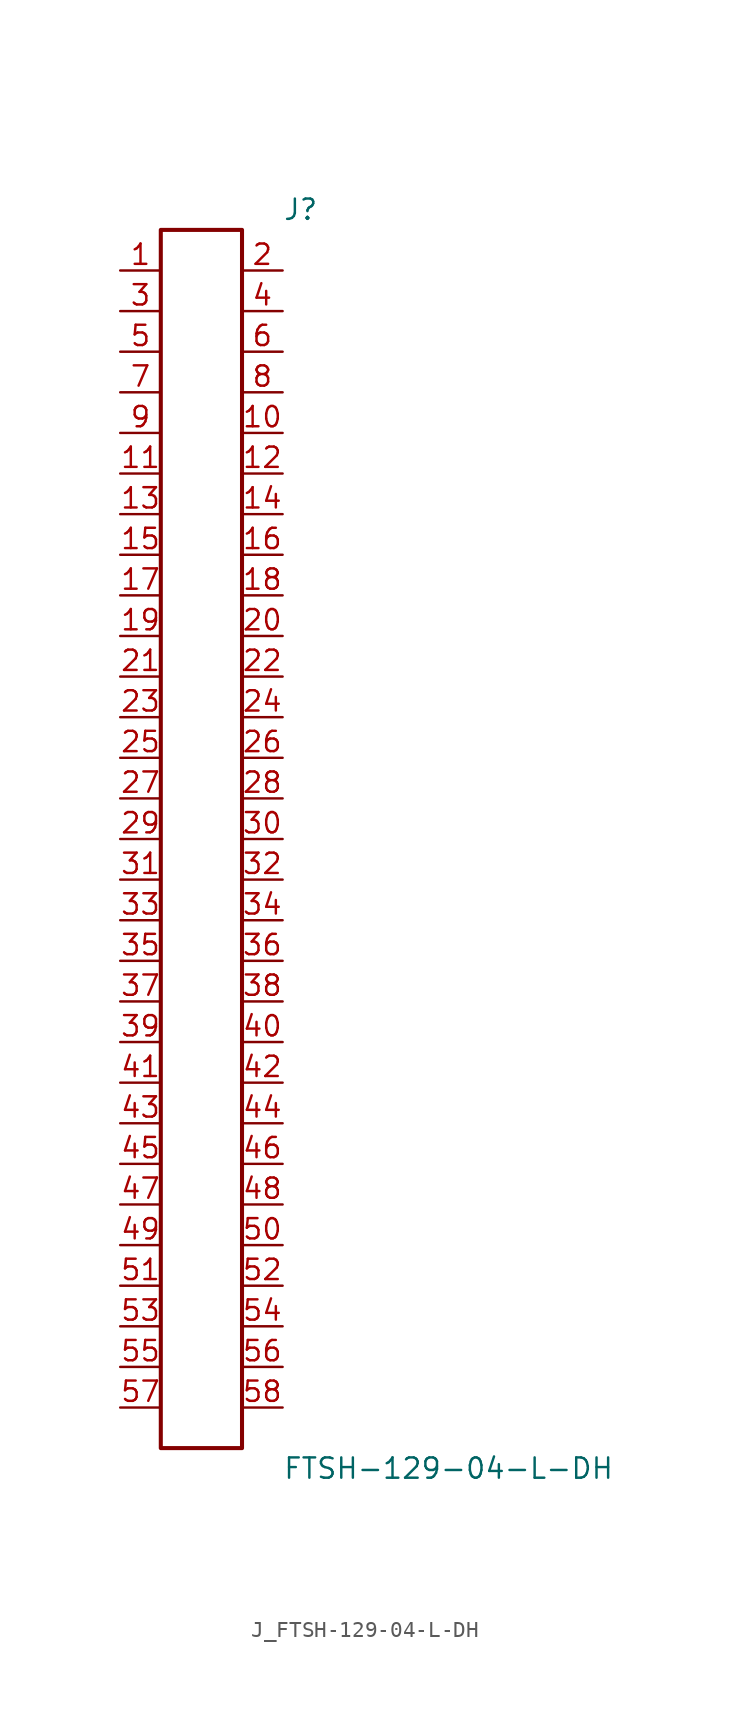
<source format=kicad_sym>
(kicad_symbol_lib
  (version 20231120)
  (generator kicad_symbol_editor)
  (generator_version 8.0)
  (symbol "J_FTSH-129-04-L-DH"
    (pin_names
      (offset 0.254))
    (property "Reference" "J"
      (at 5.08 39.37 0)
      (effects (font (size 1.27 1.27)) (justify left)))
    (property "Value" "FTSH-129-04-L-DH"
      (at 5.08 -39.37 0)
      (effects (font (size 1.27 1.27)) (justify left)))
    (symbol "J_FTSH-129-04-L-DH_0_0"
      (pin unspecified line (at -5.08 35.56 0) (length 2.54) (name "" (effects (font (size 1.27 1.27)))) (number "1" (effects (font (size 1.27 1.27)))))
      (pin unspecified line (at 5.08 35.56 180) (length 2.54) (name "" (effects (font (size 1.27 1.27)))) (number "2" (effects (font (size 1.27 1.27)))))
      (pin unspecified line (at -5.08 33.02 0) (length 2.54) (name "" (effects (font (size 1.27 1.27)))) (number "3" (effects (font (size 1.27 1.27)))))
      (pin unspecified line (at 5.08 33.02 180) (length 2.54) (name "" (effects (font (size 1.27 1.27)))) (number "4" (effects (font (size 1.27 1.27)))))
      (pin unspecified line (at -5.08 30.48 0) (length 2.54) (name "" (effects (font (size 1.27 1.27)))) (number "5" (effects (font (size 1.27 1.27)))))
      (pin unspecified line (at 5.08 30.48 180) (length 2.54) (name "" (effects (font (size 1.27 1.27)))) (number "6" (effects (font (size 1.27 1.27)))))
      (pin unspecified line (at -5.08 27.94 0) (length 2.54) (name "" (effects (font (size 1.27 1.27)))) (number "7" (effects (font (size 1.27 1.27)))))
      (pin unspecified line (at 5.08 27.94 180) (length 2.54) (name "" (effects (font (size 1.27 1.27)))) (number "8" (effects (font (size 1.27 1.27)))))
      (pin unspecified line (at -5.08 25.4 0) (length 2.54) (name "" (effects (font (size 1.27 1.27)))) (number "9" (effects (font (size 1.27 1.27)))))
      (pin unspecified line (at 5.08 25.4 180) (length 2.54) (name "" (effects (font (size 1.27 1.27)))) (number "10" (effects (font (size 1.27 1.27)))))
      (pin unspecified line (at -5.08 22.86 0) (length 2.54) (name "" (effects (font (size 1.27 1.27)))) (number "11" (effects (font (size 1.27 1.27)))))
      (pin unspecified line (at 5.08 22.86 180) (length 2.54) (name "" (effects (font (size 1.27 1.27)))) (number "12" (effects (font (size 1.27 1.27)))))
      (pin unspecified line (at -5.08 20.32 0) (length 2.54) (name "" (effects (font (size 1.27 1.27)))) (number "13" (effects (font (size 1.27 1.27)))))
      (pin unspecified line (at 5.08 20.32 180) (length 2.54) (name "" (effects (font (size 1.27 1.27)))) (number "14" (effects (font (size 1.27 1.27)))))
      (pin unspecified line (at -5.08 17.78 0) (length 2.54) (name "" (effects (font (size 1.27 1.27)))) (number "15" (effects (font (size 1.27 1.27)))))
      (pin unspecified line (at 5.08 17.78 180) (length 2.54) (name "" (effects (font (size 1.27 1.27)))) (number "16" (effects (font (size 1.27 1.27)))))
      (pin unspecified line (at -5.08 15.24 0) (length 2.54) (name "" (effects (font (size 1.27 1.27)))) (number "17" (effects (font (size 1.27 1.27)))))
      (pin unspecified line (at 5.08 15.24 180) (length 2.54) (name "" (effects (font (size 1.27 1.27)))) (number "18" (effects (font (size 1.27 1.27)))))
      (pin unspecified line (at -5.08 12.7 0) (length 2.54) (name "" (effects (font (size 1.27 1.27)))) (number "19" (effects (font (size 1.27 1.27)))))
      (pin unspecified line (at 5.08 12.7 180) (length 2.54) (name "" (effects (font (size 1.27 1.27)))) (number "20" (effects (font (size 1.27 1.27)))))
      (pin unspecified line (at -5.08 10.16 0) (length 2.54) (name "" (effects (font (size 1.27 1.27)))) (number "21" (effects (font (size 1.27 1.27)))))
      (pin unspecified line (at 5.08 10.16 180) (length 2.54) (name "" (effects (font (size 1.27 1.27)))) (number "22" (effects (font (size 1.27 1.27)))))
      (pin unspecified line (at -5.08 7.62 0) (length 2.54) (name "" (effects (font (size 1.27 1.27)))) (number "23" (effects (font (size 1.27 1.27)))))
      (pin unspecified line (at 5.08 7.62 180) (length 2.54) (name "" (effects (font (size 1.27 1.27)))) (number "24" (effects (font (size 1.27 1.27)))))
      (pin unspecified line (at -5.08 5.08 0) (length 2.54) (name "" (effects (font (size 1.27 1.27)))) (number "25" (effects (font (size 1.27 1.27)))))
      (pin unspecified line (at 5.08 5.08 180) (length 2.54) (name "" (effects (font (size 1.27 1.27)))) (number "26" (effects (font (size 1.27 1.27)))))
      (pin unspecified line (at -5.08 2.54 0) (length 2.54) (name "" (effects (font (size 1.27 1.27)))) (number "27" (effects (font (size 1.27 1.27)))))
      (pin unspecified line (at 5.08 2.54 180) (length 2.54) (name "" (effects (font (size 1.27 1.27)))) (number "28" (effects (font (size 1.27 1.27)))))
      (pin unspecified line (at -5.08 0.0 0) (length 2.54) (name "" (effects (font (size 1.27 1.27)))) (number "29" (effects (font (size 1.27 1.27)))))
      (pin unspecified line (at 5.08 0.0 180) (length 2.54) (name "" (effects (font (size 1.27 1.27)))) (number "30" (effects (font (size 1.27 1.27)))))
      (pin unspecified line (at -5.08 -2.54 0) (length 2.54) (name "" (effects (font (size 1.27 1.27)))) (number "31" (effects (font (size 1.27 1.27)))))
      (pin unspecified line (at 5.08 -2.54 180) (length 2.54) (name "" (effects (font (size 1.27 1.27)))) (number "32" (effects (font (size 1.27 1.27)))))
      (pin unspecified line (at -5.08 -5.08 0) (length 2.54) (name "" (effects (font (size 1.27 1.27)))) (number "33" (effects (font (size 1.27 1.27)))))
      (pin unspecified line (at 5.08 -5.08 180) (length 2.54) (name "" (effects (font (size 1.27 1.27)))) (number "34" (effects (font (size 1.27 1.27)))))
      (pin unspecified line (at -5.08 -7.62 0) (length 2.54) (name "" (effects (font (size 1.27 1.27)))) (number "35" (effects (font (size 1.27 1.27)))))
      (pin unspecified line (at 5.08 -7.62 180) (length 2.54) (name "" (effects (font (size 1.27 1.27)))) (number "36" (effects (font (size 1.27 1.27)))))
      (pin unspecified line (at -5.08 -10.16 0) (length 2.54) (name "" (effects (font (size 1.27 1.27)))) (number "37" (effects (font (size 1.27 1.27)))))
      (pin unspecified line (at 5.08 -10.16 180) (length 2.54) (name "" (effects (font (size 1.27 1.27)))) (number "38" (effects (font (size 1.27 1.27)))))
      (pin unspecified line (at -5.08 -12.7 0) (length 2.54) (name "" (effects (font (size 1.27 1.27)))) (number "39" (effects (font (size 1.27 1.27)))))
      (pin unspecified line (at 5.08 -12.7 180) (length 2.54) (name "" (effects (font (size 1.27 1.27)))) (number "40" (effects (font (size 1.27 1.27)))))
      (pin unspecified line (at -5.08 -15.24 0) (length 2.54) (name "" (effects (font (size 1.27 1.27)))) (number "41" (effects (font (size 1.27 1.27)))))
      (pin unspecified line (at 5.08 -15.24 180) (length 2.54) (name "" (effects (font (size 1.27 1.27)))) (number "42" (effects (font (size 1.27 1.27)))))
      (pin unspecified line (at -5.08 -17.78 0) (length 2.54) (name "" (effects (font (size 1.27 1.27)))) (number "43" (effects (font (size 1.27 1.27)))))
      (pin unspecified line (at 5.08 -17.78 180) (length 2.54) (name "" (effects (font (size 1.27 1.27)))) (number "44" (effects (font (size 1.27 1.27)))))
      (pin unspecified line (at -5.08 -20.32 0) (length 2.54) (name "" (effects (font (size 1.27 1.27)))) (number "45" (effects (font (size 1.27 1.27)))))
      (pin unspecified line (at 5.08 -20.32 180) (length 2.54) (name "" (effects (font (size 1.27 1.27)))) (number "46" (effects (font (size 1.27 1.27)))))
      (pin unspecified line (at -5.08 -22.86 0) (length 2.54) (name "" (effects (font (size 1.27 1.27)))) (number "47" (effects (font (size 1.27 1.27)))))
      (pin unspecified line (at 5.08 -22.86 180) (length 2.54) (name "" (effects (font (size 1.27 1.27)))) (number "48" (effects (font (size 1.27 1.27)))))
      (pin unspecified line (at -5.08 -25.4 0) (length 2.54) (name "" (effects (font (size 1.27 1.27)))) (number "49" (effects (font (size 1.27 1.27)))))
      (pin unspecified line (at 5.08 -25.4 180) (length 2.54) (name "" (effects (font (size 1.27 1.27)))) (number "50" (effects (font (size 1.27 1.27)))))
      (pin unspecified line (at -5.08 -27.94 0) (length 2.54) (name "" (effects (font (size 1.27 1.27)))) (number "51" (effects (font (size 1.27 1.27)))))
      (pin unspecified line (at 5.08 -27.94 180) (length 2.54) (name "" (effects (font (size 1.27 1.27)))) (number "52" (effects (font (size 1.27 1.27)))))
      (pin unspecified line (at -5.08 -30.48 0) (length 2.54) (name "" (effects (font (size 1.27 1.27)))) (number "53" (effects (font (size 1.27 1.27)))))
      (pin unspecified line (at 5.08 -30.48 180) (length 2.54) (name "" (effects (font (size 1.27 1.27)))) (number "54" (effects (font (size 1.27 1.27)))))
      (pin unspecified line (at -5.08 -33.02 0) (length 2.54) (name "" (effects (font (size 1.27 1.27)))) (number "55" (effects (font (size 1.27 1.27)))))
      (pin unspecified line (at 5.08 -33.02 180) (length 2.54) (name "" (effects (font (size 1.27 1.27)))) (number "56" (effects (font (size 1.27 1.27)))))
      (pin unspecified line (at -5.08 -35.56 0) (length 2.54) (name "" (effects (font (size 1.27 1.27)))) (number "57" (effects (font (size 1.27 1.27)))))
      (pin unspecified line (at 5.08 -35.56 180) (length 2.54) (name "" (effects (font (size 1.27 1.27)))) (number "58" (effects (font (size 1.27 1.27))))))
    (symbol "J_FTSH-129-04-L-DH_1_0"
      (rectangle (start -2.54 38.1) (end 2.54 -38.1) (stroke (width 0.254) (type solid)) (fill (type none))))))
</source>
